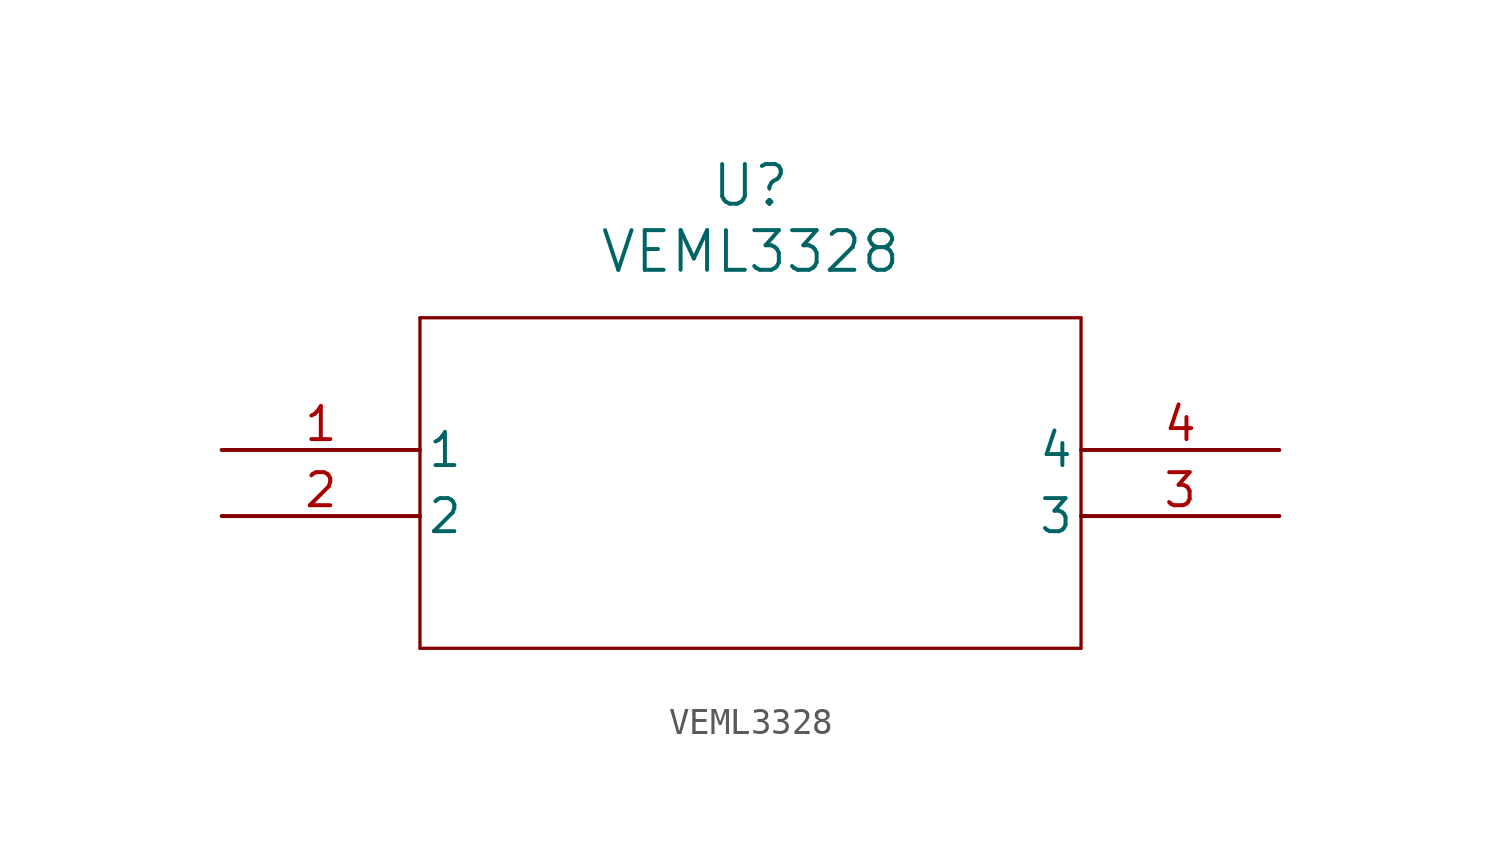
<source format=kicad_sym>
(kicad_symbol_lib
  (version 20211014)
  (generator kicad_symbol_editor)
  (symbol "VEML3328"
    (pin_names
      (offset 0.254))
    (property "Reference" "U"
      (at 20.32 10.16 0)
      (effects (font (size 1.524 1.524))))
    (property "Value" "VEML3328"
      (at 20.32 7.62 0)
      (effects (font (size 1.524 1.524))))
    (symbol "VEML3328_0_1"
      (polyline (pts (xy 7.62 5.08) (xy 7.62 -7.62)) (stroke (width 0.127) (type default) (color 0 0 0 0)) (fill (type none)))
      (polyline (pts (xy 7.62 -7.62) (xy 33.02 -7.62)) (stroke (width 0.127) (type default) (color 0 0 0 0)) (fill (type none)))
      (polyline (pts (xy 33.02 -7.62) (xy 33.02 5.08)) (stroke (width 0.127) (type default) (color 0 0 0 0)) (fill (type none)))
      (polyline (pts (xy 33.02 5.08) (xy 7.62 5.08)) (stroke (width 0.127) (type default) (color 0 0 0 0)) (fill (type none)))
      (pin unspecified line (at 0 0 0) (length 7.62) (name "1" (effects (font (size 1.27 1.27)))) (number "1" (effects (font (size 1.27 1.27)))))
      (pin unspecified line (at 0 -2.54 0) (length 7.62) (name "2" (effects (font (size 1.27 1.27)))) (number "2" (effects (font (size 1.27 1.27)))))
      (pin unspecified line (at 40.64 -2.54 180) (length 7.62) (name "3" (effects (font (size 1.27 1.27)))) (number "3" (effects (font (size 1.27 1.27)))))
      (pin unspecified line (at 40.64 0 180) (length 7.62) (name "4" (effects (font (size 1.27 1.27)))) (number "4" (effects (font (size 1.27 1.27))))))))
</source>
